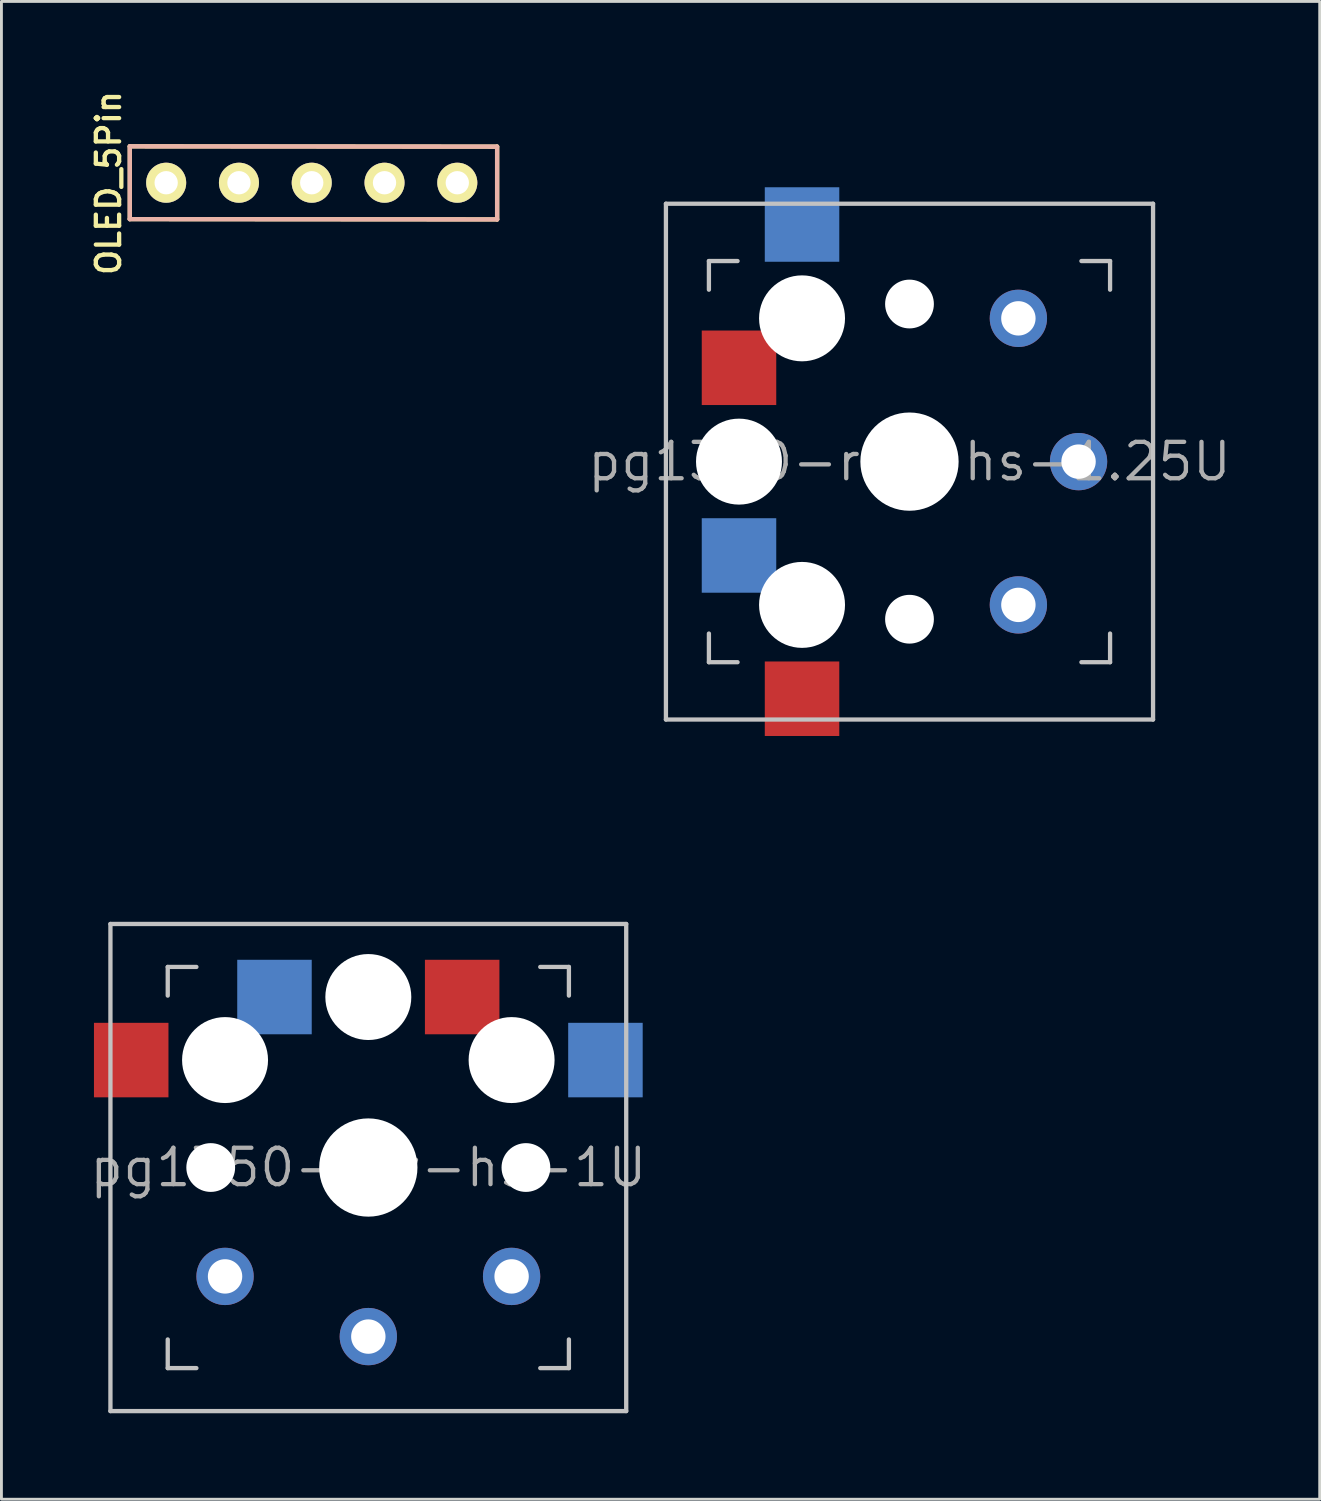
<source format=kicad_pcb>
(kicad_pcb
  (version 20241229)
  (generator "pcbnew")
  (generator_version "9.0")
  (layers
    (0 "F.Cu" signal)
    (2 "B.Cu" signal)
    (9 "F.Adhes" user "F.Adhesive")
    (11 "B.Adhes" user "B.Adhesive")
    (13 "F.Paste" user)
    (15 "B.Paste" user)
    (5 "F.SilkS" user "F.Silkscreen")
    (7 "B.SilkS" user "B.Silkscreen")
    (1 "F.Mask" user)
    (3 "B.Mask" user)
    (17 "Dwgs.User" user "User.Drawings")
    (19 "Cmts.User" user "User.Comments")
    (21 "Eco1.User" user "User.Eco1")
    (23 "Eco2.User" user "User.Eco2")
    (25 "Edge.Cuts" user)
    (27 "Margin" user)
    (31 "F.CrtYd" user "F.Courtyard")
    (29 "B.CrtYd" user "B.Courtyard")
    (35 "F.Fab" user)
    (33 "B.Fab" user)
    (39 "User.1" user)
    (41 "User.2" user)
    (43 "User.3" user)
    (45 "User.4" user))
  (footprint "OLED_5Pin"
    (layer "F.Cu")
    (at 2.749 3.327)
    (property "Reference" "OLED_5Pin" (at -2.01 0.01 90) (layer "F.SilkS") (effects (font (size 0.813 0.813) (thickness 0.15))))
    (attr through_hole)
    (fp_line (start -1.27 -1.27) (end 11.55 -1.26) (stroke (width 0.15) (type solid)) (layer "F.SilkS"))
    (fp_line (start -1.27 1.27) (end -1.27 -1.27) (stroke (width 0.15) (type solid)) (layer "F.SilkS"))
    (fp_line (start -1.27 1.27) (end 11.55 1.28) (stroke (width 0.15) (type solid)) (layer "F.SilkS"))
    (fp_line (start 11.55 -1.26) (end 11.55 1.28) (stroke (width 0.15) (type solid)) (layer "F.SilkS"))
    (fp_line (start -1.27 -1.27) (end 11.52 -1.26) (stroke (width 0.15) (type solid)) (layer "B.SilkS"))
    (fp_line (start -1.27 1.27) (end -1.27 -1.27) (stroke (width 0.15) (type solid)) (layer "B.SilkS"))
    (fp_line (start 11.55 -1.26) (end 11.55 1.28) (stroke (width 0.15) (type solid)) (layer "B.SilkS"))
    (fp_line (start 11.55 1.28) (end -1.27 1.27) (stroke (width 0.15) (type solid)) (layer "B.SilkS"))
    (pad "1" thru_hole circle (at 0 0) (size 1.397 1.397) (drill 0.813) (layers "*.Cu" "*.Mask" "F.SilkS"))
    (pad "2" thru_hole circle (at 2.54 0) (size 1.397 1.397) (drill 0.813) (layers "*.Cu" "*.Mask" "F.SilkS"))
    (pad "3" thru_hole circle (at 5.08 0) (size 1.397 1.397) (drill 0.813) (layers "*.Cu" "*.Mask" "F.SilkS"))
    (pad "4" thru_hole circle (at 7.62 0) (size 1.397 1.397) (drill 0.813) (layers "*.Cu" "*.Mask" "F.SilkS"))
    (pad "5" thru_hole circle (at 10.16 0) (size 1.397 1.397) (drill 0.813) (layers "*.Cu" "*.Mask" "F.SilkS")))
  (footprint "pg1350-rev-hs-1U"
    (layer "F.Cu")
    (at 9.804 37.695)
    (property "Reference" "pg1350-rev-hs-1U" (at 0 0 0) (layer "F.Fab") (effects (font (size 1.27 1.27) (thickness 0.15))))
    (attr through_hole)
    (fp_line (start -9 -8.5) (end 9 -8.5) (stroke (width 0.15) (type solid)) (layer "Dwgs.User"))
    (fp_line (start -9 8.5) (end -9 -8.5) (stroke (width 0.15) (type solid)) (layer "Dwgs.User"))
    (fp_line (start -7 -6) (end -7 -7) (stroke (width 0.15) (type solid)) (layer "Dwgs.User"))
    (fp_line (start -7 7) (end -7 6) (stroke (width 0.15) (type solid)) (layer "Dwgs.User"))
    (fp_line (start -7 7) (end -6 7) (stroke (width 0.15) (type solid)) (layer "Dwgs.User"))
    (fp_line (start -6 -7) (end -7 -7) (stroke (width 0.15) (type solid)) (layer "Dwgs.User"))
    (fp_line (start 6 7) (end 7 7) (stroke (width 0.15) (type solid)) (layer "Dwgs.User"))
    (fp_line (start 7 -7) (end 6 -7) (stroke (width 0.15) (type solid)) (layer "Dwgs.User"))
    (fp_line (start 7 -7) (end 7 -6) (stroke (width 0.15) (type solid)) (layer "Dwgs.User"))
    (fp_line (start 7 6) (end 7 7) (stroke (width 0.15) (type solid)) (layer "Dwgs.User"))
    (fp_line (start 9 -8.5) (end 9 8.5) (stroke (width 0.15) (type solid)) (layer "Dwgs.User"))
    (fp_line (start 9 8.5) (end -9 8.5) (stroke (width 0.15) (type solid)) (layer "Dwgs.User"))
    (fp_rect (start -8.75 -8.25) (end 8.75 8.25) (stroke (width 0.12) (type solid)) (fill no) (layer "Eco1.User"))
    (pad "" np_thru_hole circle (at -5.5 0) (size 1.702 1.702) (drill 1.702) (layers "*.Cu" "*.Mask"))
    (pad "" np_thru_hole circle (at -5 -3.75) (size 3 3) (drill 3) (layers "*.Cu" "*.Mask"))
    (pad "" np_thru_hole circle (at 0 -5.95) (size 3 3) (drill 3) (layers "*.Cu" "*.Mask"))
    (pad "" np_thru_hole circle (at 0 0) (size 3.429 3.429) (drill 3.429) (layers "*.Cu" "*.Mask"))
    (pad "" np_thru_hole circle (at 5 -3.75) (size 3 3) (drill 3) (layers "*.Cu" "*.Mask"))
    (pad "" np_thru_hole circle (at 5.5 0) (size 1.702 1.702) (drill 1.702) (layers "*.Cu" "*.Mask"))
    (pad "1" thru_hole circle (at -5 3.8) (size 2 2) (drill 1.2) (layers "*.Cu" "F.Mask"))
    (pad "1" smd rect (at -3.275 -5.95) (size 2.6 2.6) (layers "B.Cu" "B.Mask" "B.Paste"))
    (pad "1" smd rect (at 3.275 -5.95) (size 2.6 2.6) (layers "F.Cu" "F.Mask" "F.Paste"))
    (pad "1" thru_hole circle (at 5 3.8) (size 2 2) (drill 1.2) (layers "*.Cu" "B.Mask"))
    (pad "2" smd rect (at -8.275 -3.75) (size 2.6 2.6) (layers "F.Cu" "F.Mask" "F.Paste"))
    (pad "2" thru_hole circle (at 0 5.9) (size 2 2) (drill 1.2) (layers "*.Cu" "*.Mask"))
    (pad "2" smd rect (at 8.275 -3.75) (size 2.6 2.6) (layers "B.Cu" "B.Mask" "B.Paste")))
  (footprint "pg1350-rev-hs-1.25U"
    (layer "F.Cu")
    (at 28.69 13.06)
    (property "Reference" "pg1350-rev-hs-1.25U" (at 0 0 0) (layer "F.Fab") (effects (font (size 1.27 1.27) (thickness 0.15))))
    (attr through_hole)
    (fp_line (start -8.5 -9) (end 8.5 -9) (stroke (width 0.15) (type solid)) (layer "Dwgs.User"))
    (fp_line (start -8.5 9) (end -8.5 -9) (stroke (width 0.15) (type solid)) (layer "Dwgs.User"))
    (fp_line (start -7 -7) (end -7 -6) (stroke (width 0.15) (type solid)) (layer "Dwgs.User"))
    (fp_line (start -7 -7) (end -6 -7) (stroke (width 0.15) (type solid)) (layer "Dwgs.User"))
    (fp_line (start -7 6) (end -7 7) (stroke (width 0.15) (type solid)) (layer "Dwgs.User"))
    (fp_line (start -6 7) (end -7 7) (stroke (width 0.15) (type solid)) (layer "Dwgs.User"))
    (fp_line (start 6 -7) (end 7 -7) (stroke (width 0.15) (type solid)) (layer "Dwgs.User"))
    (fp_line (start 7 -6) (end 7 -7) (stroke (width 0.15) (type solid)) (layer "Dwgs.User"))
    (fp_line (start 7 7) (end 6 7) (stroke (width 0.15) (type solid)) (layer "Dwgs.User"))
    (fp_line (start 7 7) (end 7 6) (stroke (width 0.15) (type solid)) (layer "Dwgs.User"))
    (fp_line (start 8.5 -9) (end 8.5 9) (stroke (width 0.15) (type solid)) (layer "Dwgs.User"))
    (fp_line (start 8.5 9) (end -8.5 9) (stroke (width 0.15) (type solid)) (layer "Dwgs.User"))
    (fp_rect (start -8.25 -13) (end 8.25 13) (stroke (width 0.12) (type solid)) (fill no) (layer "Eco1.User"))
    (pad "" np_thru_hole circle (at -5.95 0 90) (size 3 3) (drill 3) (layers "*.Cu" "*.Mask"))
    (pad "" np_thru_hole circle (at -3.75 -5 90) (size 3 3) (drill 3) (layers "*.Cu" "*.Mask"))
    (pad "" np_thru_hole circle (at -3.75 5 90) (size 3 3) (drill 3) (layers "*.Cu" "*.Mask"))
    (pad "" np_thru_hole circle (at 0 -5.5 90) (size 1.702 1.702) (drill 1.702) (layers "*.Cu" "*.Mask"))
    (pad "" np_thru_hole circle (at 0 0 90) (size 3.429 3.429) (drill 3.429) (layers "*.Cu" "*.Mask"))
    (pad "" np_thru_hole circle (at 0 5.5 90) (size 1.702 1.702) (drill 1.702) (layers "*.Cu" "*.Mask"))
    (pad "1" smd rect (at -5.95 -3.275 90) (size 2.6 2.6) (layers "F.Cu" "F.Mask" "F.Paste"))
    (pad "1" smd rect (at -5.95 3.275 90) (size 2.6 2.6) (layers "B.Cu" "B.Mask" "B.Paste"))
    (pad "1" thru_hole circle (at 3.8 -5 90) (size 2 2) (drill 1.2) (layers "*.Cu" "B.Mask"))
    (pad "1" thru_hole circle (at 3.8 5 90) (size 2 2) (drill 1.2) (layers "*.Cu" "F.Mask"))
    (pad "2" smd rect (at -3.75 -8.275 90) (size 2.6 2.6) (layers "B.Cu" "B.Mask" "B.Paste"))
    (pad "2" smd rect (at -3.75 8.275 90) (size 2.6 2.6) (layers "F.Cu" "F.Mask" "F.Paste"))
    (pad "2" thru_hole circle (at 5.9 0 90) (size 2 2) (drill 1.2) (layers "*.Cu" "*.Mask")))
  (gr_rect
    (start -3 -3)
    (end 43.006 49.27)
    (stroke (width 0.1) (type default))
    (fill no)
    (layer "Edge.Cuts")))
</source>
